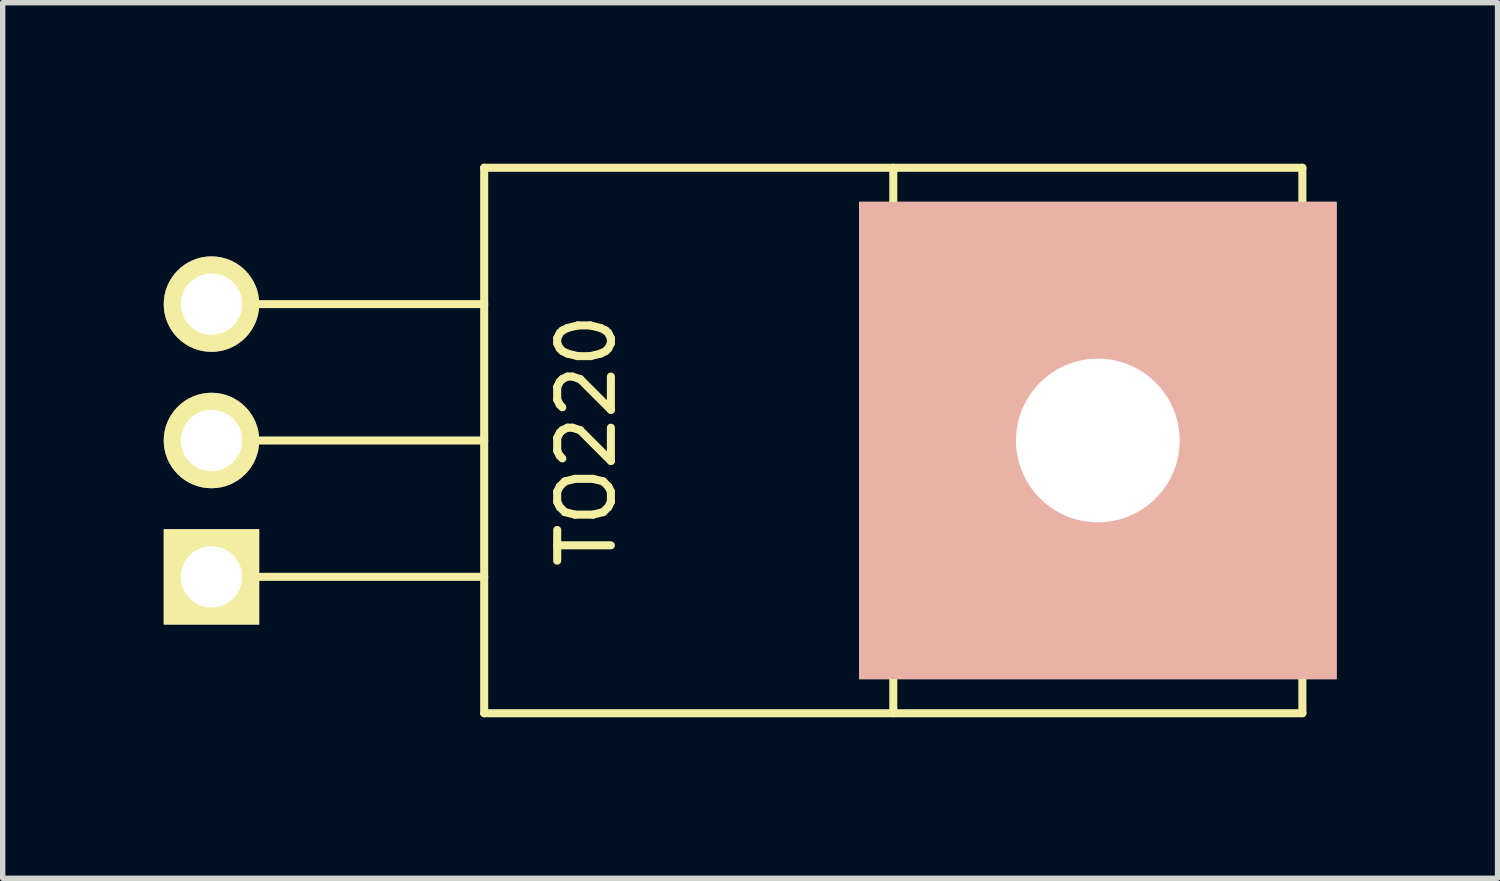
<source format=kicad_pcb>
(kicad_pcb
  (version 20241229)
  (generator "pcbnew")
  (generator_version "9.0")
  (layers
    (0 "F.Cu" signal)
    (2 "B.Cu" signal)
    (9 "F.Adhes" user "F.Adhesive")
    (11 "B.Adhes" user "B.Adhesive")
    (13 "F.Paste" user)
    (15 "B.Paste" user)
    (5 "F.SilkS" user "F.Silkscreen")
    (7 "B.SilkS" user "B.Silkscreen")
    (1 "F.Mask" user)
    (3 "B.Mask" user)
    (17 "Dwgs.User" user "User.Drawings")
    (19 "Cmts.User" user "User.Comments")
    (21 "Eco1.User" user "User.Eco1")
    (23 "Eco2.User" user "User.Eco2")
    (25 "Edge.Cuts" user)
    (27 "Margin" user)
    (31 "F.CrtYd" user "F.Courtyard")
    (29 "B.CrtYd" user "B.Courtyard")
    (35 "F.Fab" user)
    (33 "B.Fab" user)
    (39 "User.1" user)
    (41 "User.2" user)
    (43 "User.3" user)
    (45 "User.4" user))
  (footprint "TO220"
    (layer "F.Cu")
    (at 0.889 5.155)
    (property "Reference" "TO220" (at 6.985 0 90) (layer "F.SilkS") (effects (font (size 1 1) (thickness 0.15))))
    (attr through_hole)
    (fp_line (start 0 -2.54) (end 5.08 -2.54) (stroke (width 0.15) (type solid)) (layer "F.SilkS"))
    (fp_line (start 0 0) (end 5.08 0) (stroke (width 0.15) (type solid)) (layer "F.SilkS"))
    (fp_line (start 0 2.54) (end 5.08 2.54) (stroke (width 0.15) (type solid)) (layer "F.SilkS"))
    (fp_line (start 5.08 -5.08) (end 5.08 5.08) (stroke (width 0.15) (type solid)) (layer "F.SilkS"))
    (fp_line (start 5.08 5.08) (end 20.32 5.08) (stroke (width 0.15) (type solid)) (layer "F.SilkS"))
    (fp_line (start 12.7 3.81) (end 12.7 -5.08) (stroke (width 0.15) (type solid)) (layer "F.SilkS"))
    (fp_line (start 12.7 3.81) (end 12.7 5.08) (stroke (width 0.15) (type solid)) (layer "F.SilkS"))
    (fp_line (start 20.32 -5.08) (end 5.08 -5.08) (stroke (width 0.15) (type solid)) (layer "F.SilkS"))
    (fp_line (start 20.32 5.08) (end 20.32 -5.08) (stroke (width 0.15) (type solid)) (layer "F.SilkS"))
    (pad "1" thru_hole circle (at 0 -2.54) (size 1.778 1.778) (drill 1.143) (layers "*.Cu" "*.Mask" "F.SilkS"))
    (pad "2" thru_hole circle (at 0 0) (size 1.778 1.778) (drill 1.143) (layers "*.Cu" "*.Mask" "F.SilkS"))
    (pad "2" thru_hole rect (at 16.51 0) (size 8.89 8.89) (drill 3.048) (layers "*.Cu" "*.SilkS" "*.Mask"))
    (pad "3" thru_hole rect (at 0 2.54) (size 1.778 1.778) (drill 1.143) (layers "*.Cu" "*.Mask" "F.SilkS")))
  (gr_rect
    (start -3 -3)
    (end 24.844 13.31)
    (stroke (width 0.1) (type default))
    (fill no)
    (layer "Edge.Cuts")))
</source>
